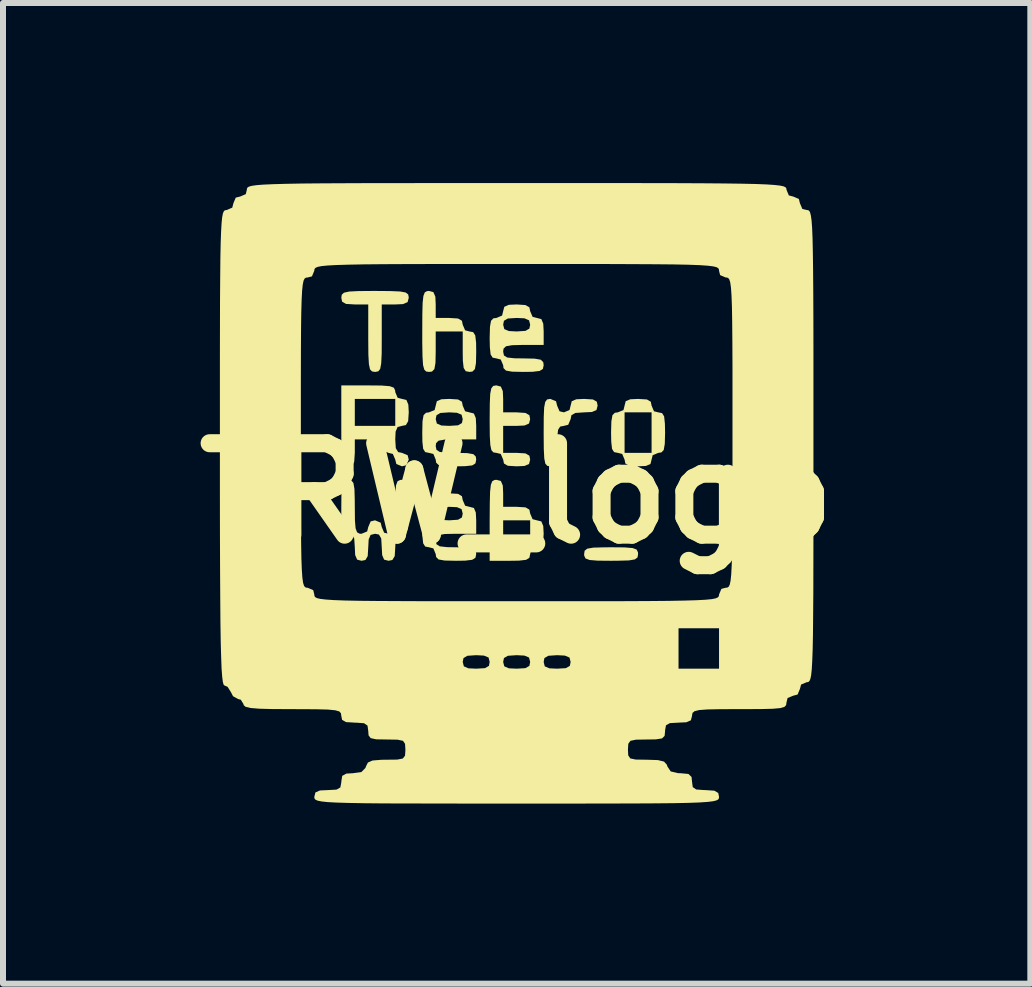
<source format=kicad_pcb>
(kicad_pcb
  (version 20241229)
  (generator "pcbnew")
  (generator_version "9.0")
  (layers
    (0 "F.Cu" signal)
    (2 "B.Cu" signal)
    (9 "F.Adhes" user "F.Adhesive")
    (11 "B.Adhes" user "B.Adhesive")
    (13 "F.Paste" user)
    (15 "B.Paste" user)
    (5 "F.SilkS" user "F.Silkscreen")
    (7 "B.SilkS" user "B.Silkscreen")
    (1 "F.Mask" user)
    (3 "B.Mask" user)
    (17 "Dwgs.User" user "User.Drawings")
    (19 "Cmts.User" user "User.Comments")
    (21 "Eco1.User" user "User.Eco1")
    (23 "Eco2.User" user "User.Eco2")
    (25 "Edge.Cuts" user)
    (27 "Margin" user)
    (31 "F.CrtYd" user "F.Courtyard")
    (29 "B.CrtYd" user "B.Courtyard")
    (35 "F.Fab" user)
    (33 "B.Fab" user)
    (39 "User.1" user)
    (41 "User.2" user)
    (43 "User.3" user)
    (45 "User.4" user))
  (footprint "TRW_logo"
    (layer "F.Cu")
    (at 5.559 5.17)
    (property "Reference" "TRW_logo" (at 0 0 0) (layer "F.SilkS") (effects (font (size 1.524 1.524) (thickness 0.3))))
    (attr board_only exclude_from_pos_files exclude_from_bom)
    (fp_poly (pts (xy 1.797 0.901) (xy 1.932 0.912) (xy 1.999 0.937) (xy 2.021 0.982) (xy 2.023 1.012) (xy 2.014 1.068) (xy 1.97 1.101) (xy 1.871 1.118) (xy 1.692 1.123) (xy 1.573 1.124) (xy 1.349 1.122) (xy 1.215 1.111) (xy 1.148 1.086) (xy 1.126 1.041) (xy 1.124 1.012) (xy 1.133 0.956) (xy 1.177 0.922) (xy 1.276 0.905) (xy 1.455 0.9) (xy 1.573 0.899)) (stroke (width 0) (type solid)) (fill yes) (layer "F.SilkS"))
    (fp_poly (pts (xy -2.104 -3.37) (xy -1.941 -3.363) (xy -1.849 -3.346) (xy -1.808 -3.314) (xy -1.798 -3.265) (xy -1.798 -3.259) (xy -1.817 -3.186) (xy -1.893 -3.153) (xy -2.023 -3.147) (xy -2.248 -3.147) (xy -2.248 -2.585) (xy -2.249 -2.329) (xy -2.257 -2.165) (xy -2.274 -2.073) (xy -2.305 -2.033) (xy -2.354 -2.023) (xy -2.36 -2.023) (xy -2.411 -2.031) (xy -2.444 -2.067) (xy -2.462 -2.153) (xy -2.471 -2.309) (xy -2.473 -2.555) (xy -2.473 -2.585) (xy -2.473 -3.147) (xy -2.697 -3.147) (xy -2.844 -3.156) (xy -2.909 -3.194) (xy -2.922 -3.259) (xy -2.914 -3.31) (xy -2.878 -3.343) (xy -2.792 -3.362) (xy -2.636 -3.37) (xy -2.39 -3.372) (xy -2.36 -3.372)) (stroke (width 0) (type solid)) (fill yes) (layer "F.SilkS"))
    (fp_poly (pts (xy -0.264 -1.779) (xy -0.231 -1.703) (xy -0.225 -1.573) (xy -0.225 -1.349) (xy 0 -1.349) (xy 0.147 -1.339) (xy 0.212 -1.301) (xy 0.225 -1.236) (xy 0.206 -1.163) (xy 0.13 -1.13) (xy 0 -1.124) (xy -0.225 -1.124) (xy -0.225 -0.674) (xy 0 -0.674) (xy 0.147 -0.665) (xy 0.212 -0.627) (xy 0.225 -0.562) (xy 0.206 -0.488) (xy 0.13 -0.456) (xy 0 -0.45) (xy -0.147 -0.459) (xy -0.212 -0.497) (xy -0.225 -0.562) (xy -0.265 -0.656) (xy -0.337 -0.674) (xy -0.388 -0.682) (xy -0.421 -0.719) (xy -0.439 -0.805) (xy -0.448 -0.96) (xy -0.45 -1.206) (xy -0.45 -1.236) (xy -0.448 -1.492) (xy -0.441 -1.656) (xy -0.423 -1.748) (xy -0.392 -1.789) (xy -0.343 -1.798) (xy -0.337 -1.798)) (stroke (width 0) (type solid)) (fill yes) (layer "F.SilkS"))
    (fp_poly (pts (xy -0.264 -0.206) (xy -0.231 -0.13) (xy -0.225 0) (xy -0.225 0.225) (xy 0 0.225) (xy 0.147 0.234) (xy 0.212 0.272) (xy 0.225 0.337) (xy 0.265 0.431) (xy 0.337 0.45) (xy 0.411 0.468) (xy 0.443 0.545) (xy 0.45 0.674) (xy 0.44 0.821) (xy 0.402 0.886) (xy 0.337 0.899) (xy 0.243 0.939) (xy 0.225 1.012) (xy 0.212 1.074) (xy 0.158 1.108) (xy 0.037 1.122) (xy -0.112 1.124) (xy -0.45 1.124) (xy -0.45 0.899) (xy -0.225 0.899) (xy 0.225 0.899) (xy 0.225 0.45) (xy -0.225 0.45) (xy -0.225 0.899) (xy -0.45 0.899) (xy -0.45 0.45) (xy -0.448 0.165) (xy -0.443 -0.026) (xy -0.43 -0.142) (xy -0.407 -0.201) (xy -0.37 -0.222) (xy -0.337 -0.225)) (stroke (width 0) (type solid)) (fill yes) (layer "F.SilkS"))
    (fp_poly (pts (xy 1.271 -1.564) (xy 1.336 -1.526) (xy 1.349 -1.461) (xy 1.33 -1.388) (xy 1.254 -1.355) (xy 1.124 -1.349) (xy 0.977 -1.339) (xy 0.912 -1.301) (xy 0.899 -1.236) (xy 0.859 -1.142) (xy 0.787 -1.124) (xy 0.724 -1.112) (xy 0.69 -1.058) (xy 0.676 -0.936) (xy 0.674 -0.787) (xy 0.67 -0.598) (xy 0.652 -0.497) (xy 0.612 -0.456) (xy 0.562 -0.45) (xy 0.511 -0.457) (xy 0.478 -0.494) (xy 0.46 -0.58) (xy 0.452 -0.736) (xy 0.45 -0.981) (xy 0.45 -1.012) (xy 0.451 -1.267) (xy 0.458 -1.431) (xy 0.476 -1.523) (xy 0.507 -1.564) (xy 0.556 -1.573) (xy 0.562 -1.573) (xy 0.656 -1.534) (xy 0.674 -1.461) (xy 0.714 -1.367) (xy 0.787 -1.349) (xy 0.881 -1.388) (xy 0.899 -1.461) (xy 0.918 -1.535) (xy 0.994 -1.567) (xy 1.124 -1.573)) (stroke (width 0) (type solid)) (fill yes) (layer "F.SilkS"))
    (fp_poly (pts (xy -1.388 -3.353) (xy -1.355 -3.277) (xy -1.349 -3.147) (xy -1.349 -2.922) (xy -1.124 -2.922) (xy -0.977 -2.913) (xy -0.912 -2.875) (xy -0.899 -2.81) (xy -0.859 -2.716) (xy -0.787 -2.697) (xy -0.724 -2.685) (xy -0.69 -2.631) (xy -0.676 -2.51) (xy -0.674 -2.36) (xy -0.678 -2.172) (xy -0.696 -2.07) (xy -0.737 -2.029) (xy -0.787 -2.023) (xy -0.849 -2.035) (xy -0.883 -2.089) (xy -0.897 -2.211) (xy -0.899 -2.36) (xy -0.899 -2.697) (xy -1.349 -2.697) (xy -1.349 -2.36) (xy -1.353 -2.172) (xy -1.371 -2.07) (xy -1.411 -2.029) (xy -1.461 -2.023) (xy -1.509 -2.03) (xy -1.54 -2.062) (xy -1.56 -2.138) (xy -1.569 -2.278) (xy -1.573 -2.499) (xy -1.573 -2.697) (xy -1.572 -2.982) (xy -1.567 -3.173) (xy -1.554 -3.289) (xy -1.531 -3.348) (xy -1.494 -3.369) (xy -1.461 -3.372)) (stroke (width 0) (type solid)) (fill yes) (layer "F.SilkS"))
    (fp_poly (pts (xy 2.17 -1.564) (xy 2.235 -1.526) (xy 2.248 -1.461) (xy 2.288 -1.367) (xy 2.36 -1.349) (xy 2.423 -1.336) (xy 2.457 -1.282) (xy 2.47 -1.161) (xy 2.473 -1.012) (xy 2.468 -0.823) (xy 2.45 -0.721) (xy 2.41 -0.681) (xy 2.36 -0.674) (xy 2.266 -0.635) (xy 2.248 -0.562) (xy 2.229 -0.488) (xy 2.153 -0.456) (xy 2.023 -0.45) (xy 1.876 -0.459) (xy 1.811 -0.497) (xy 1.798 -0.562) (xy 1.758 -0.656) (xy 1.686 -0.674) (xy 1.798 -0.674) (xy 2.248 -0.674) (xy 2.248 -1.349) (xy 1.798 -1.349) (xy 1.798 -0.674) (xy 1.686 -0.674) (xy 1.623 -0.687) (xy 1.589 -0.741) (xy 1.576 -0.862) (xy 1.573 -1.012) (xy 1.578 -1.2) (xy 1.596 -1.302) (xy 1.636 -1.342) (xy 1.686 -1.349) (xy 1.78 -1.388) (xy 1.798 -1.461) (xy 1.817 -1.535) (xy 1.893 -1.567) (xy 2.023 -1.573)) (stroke (width 0) (type solid)) (fill yes) (layer "F.SilkS"))
    (fp_poly (pts (xy -2.249 -1.796) (xy -2.114 -1.785) (xy -2.047 -1.76) (xy -2.025 -1.715) (xy -2.023 -1.686) (xy -1.983 -1.592) (xy -1.911 -1.573) (xy -1.837 -1.555) (xy -1.805 -1.478) (xy -1.798 -1.349) (xy -1.808 -1.202) (xy -1.846 -1.137) (xy -1.911 -1.124) (xy -1.984 -1.105) (xy -2.017 -1.029) (xy -2.023 -0.899) (xy -2.014 -0.752) (xy -1.975 -0.687) (xy -1.911 -0.674) (xy -1.817 -0.635) (xy -1.798 -0.562) (xy -1.838 -0.468) (xy -1.911 -0.45) (xy -2.005 -0.489) (xy -2.023 -0.562) (xy -2.063 -0.656) (xy -2.135 -0.674) (xy -2.229 -0.714) (xy -2.248 -0.787) (xy -2.267 -0.86) (xy -2.343 -0.893) (xy -2.473 -0.899) (xy -2.697 -0.899) (xy -2.697 -0.674) (xy -2.707 -0.527) (xy -2.745 -0.462) (xy -2.81 -0.45) (xy -2.857 -0.456) (xy -2.889 -0.488) (xy -2.908 -0.565) (xy -2.918 -0.704) (xy -2.922 -0.925) (xy -2.922 -1.124) (xy -2.697 -1.124) (xy -2.023 -1.124) (xy -2.023 -1.573) (xy -2.697 -1.573) (xy -2.697 -1.124) (xy -2.922 -1.124) (xy -2.922 -1.798) (xy -2.473 -1.798)) (stroke (width 0) (type solid)) (fill yes) (layer "F.SilkS"))
    (fp_poly (pts (xy -0.977 -1.564) (xy -0.912 -1.526) (xy -0.899 -1.461) (xy -0.859 -1.367) (xy -0.787 -1.349) (xy -0.713 -1.33) (xy -0.681 -1.254) (xy -0.674 -1.124) (xy -0.674 -0.899) (xy -1.012 -0.899) (xy -1.2 -0.895) (xy -1.302 -0.877) (xy -1.342 -0.837) (xy -1.349 -0.787) (xy -1.336 -0.724) (xy -1.282 -0.69) (xy -1.161 -0.676) (xy -1.012 -0.674) (xy -0.823 -0.67) (xy -0.721 -0.652) (xy -0.681 -0.612) (xy -0.674 -0.562) (xy -0.687 -0.499) (xy -0.741 -0.465) (xy -0.862 -0.452) (xy -1.012 -0.45) (xy -1.2 -0.454) (xy -1.302 -0.472) (xy -1.342 -0.512) (xy -1.349 -0.562) (xy -1.388 -0.656) (xy -1.461 -0.674) (xy -1.524 -0.687) (xy -1.558 -0.741) (xy -1.571 -0.862) (xy -1.573 -1.012) (xy -1.569 -1.2) (xy -1.563 -1.236) (xy -1.349 -1.236) (xy -1.33 -1.163) (xy -1.254 -1.13) (xy -1.124 -1.124) (xy -0.977 -1.133) (xy -0.912 -1.171) (xy -0.899 -1.236) (xy -0.918 -1.31) (xy -0.994 -1.342) (xy -1.124 -1.349) (xy -1.271 -1.339) (xy -1.336 -1.301) (xy -1.349 -1.236) (xy -1.563 -1.236) (xy -1.551 -1.302) (xy -1.511 -1.342) (xy -1.461 -1.349) (xy -1.367 -1.388) (xy -1.349 -1.461) (xy -1.33 -1.535) (xy -1.254 -1.567) (xy -1.124 -1.573)) (stroke (width 0) (type solid)) (fill yes) (layer "F.SilkS"))
    (fp_poly (pts (xy -0.977 0.009) (xy -0.912 0.048) (xy -0.899 0.112) (xy -0.859 0.206) (xy -0.787 0.225) (xy -0.713 0.244) (xy -0.681 0.32) (xy -0.674 0.45) (xy -0.674 0.674) (xy -1.012 0.674) (xy -1.2 0.678) (xy -1.302 0.696) (xy -1.342 0.737) (xy -1.349 0.787) (xy -1.336 0.849) (xy -1.282 0.883) (xy -1.161 0.897) (xy -1.012 0.899) (xy -0.823 0.903) (xy -0.721 0.921) (xy -0.681 0.962) (xy -0.674 1.012) (xy -0.687 1.074) (xy -0.741 1.108) (xy -0.862 1.122) (xy -1.012 1.124) (xy -1.2 1.12) (xy -1.302 1.102) (xy -1.342 1.061) (xy -1.349 1.012) (xy -1.388 0.918) (xy -1.461 0.899) (xy -1.524 0.887) (xy -1.558 0.833) (xy -1.571 0.711) (xy -1.573 0.562) (xy -1.569 0.374) (xy -1.563 0.337) (xy -1.349 0.337) (xy -1.33 0.411) (xy -1.254 0.443) (xy -1.124 0.45) (xy -0.977 0.44) (xy -0.912 0.402) (xy -0.899 0.337) (xy -0.918 0.264) (xy -0.994 0.231) (xy -1.124 0.225) (xy -1.271 0.234) (xy -1.336 0.272) (xy -1.349 0.337) (xy -1.563 0.337) (xy -1.551 0.272) (xy -1.511 0.231) (xy -1.461 0.225) (xy -1.367 0.185) (xy -1.349 0.112) (xy -1.33 0.039) (xy -1.254 0.006) (xy -1.124 0)) (stroke (width 0) (type solid)) (fill yes) (layer "F.SilkS"))
    (fp_poly (pts (xy 0.147 -3.137) (xy 0.212 -3.099) (xy 0.225 -3.035) (xy 0.265 -2.941) (xy 0.337 -2.922) (xy 0.411 -2.903) (xy 0.443 -2.827) (xy 0.45 -2.697) (xy 0.45 -2.473) (xy 0.112 -2.473) (xy -0.076 -2.468) (xy -0.178 -2.45) (xy -0.219 -2.41) (xy -0.225 -2.36) (xy -0.212 -2.297) (xy -0.158 -2.263) (xy -0.037 -2.25) (xy 0.112 -2.248) (xy 0.301 -2.244) (xy 0.402 -2.226) (xy 0.443 -2.185) (xy 0.45 -2.135) (xy 0.437 -2.073) (xy 0.383 -2.039) (xy 0.262 -2.025) (xy 0.112 -2.023) (xy -0.076 -2.027) (xy -0.178 -2.045) (xy -0.219 -2.086) (xy -0.225 -2.135) (xy -0.265 -2.229) (xy -0.337 -2.248) (xy -0.4 -2.26) (xy -0.434 -2.314) (xy -0.447 -2.436) (xy -0.45 -2.585) (xy -0.445 -2.773) (xy -0.439 -2.81) (xy -0.225 -2.81) (xy -0.206 -2.736) (xy -0.13 -2.704) (xy 0 -2.697) (xy 0.147 -2.707) (xy 0.212 -2.745) (xy 0.225 -2.81) (xy 0.206 -2.883) (xy 0.13 -2.916) (xy 0 -2.922) (xy -0.147 -2.913) (xy -0.212 -2.875) (xy -0.225 -2.81) (xy -0.439 -2.81) (xy -0.427 -2.875) (xy -0.387 -2.916) (xy -0.337 -2.922) (xy -0.243 -2.962) (xy -0.225 -3.035) (xy -0.206 -3.108) (xy -0.13 -3.141) (xy 0 -3.147)) (stroke (width 0) (type solid)) (fill yes) (layer "F.SilkS"))
    (fp_poly (pts (xy -1.855 -0.215) (xy -1.821 -0.172) (xy -1.804 -0.072) (xy -1.799 0.106) (xy -1.798 0.225) (xy -1.801 0.449) (xy -1.811 0.583) (xy -1.836 0.65) (xy -1.881 0.673) (xy -1.911 0.674) (xy -1.984 0.693) (xy -2.017 0.769) (xy -2.023 0.899) (xy -2.032 1.046) (xy -2.071 1.111) (xy -2.135 1.124) (xy -2.209 1.105) (xy -2.241 1.029) (xy -2.248 0.899) (xy -2.257 0.752) (xy -2.295 0.687) (xy -2.36 0.674) (xy -2.434 0.693) (xy -2.466 0.769) (xy -2.473 0.899) (xy -2.482 1.046) (xy -2.52 1.111) (xy -2.585 1.124) (xy -2.658 1.105) (xy -2.691 1.029) (xy -2.697 0.899) (xy -2.707 0.752) (xy -2.745 0.687) (xy -2.81 0.674) (xy -2.866 0.665) (xy -2.899 0.622) (xy -2.916 0.522) (xy -2.922 0.343) (xy -2.922 0.225) (xy -2.92 0.001) (xy -2.909 -0.133) (xy -2.884 -0.201) (xy -2.839 -0.223) (xy -2.81 -0.225) (xy -2.754 -0.215) (xy -2.72 -0.172) (xy -2.703 -0.072) (xy -2.698 0.106) (xy -2.697 0.225) (xy -2.695 0.449) (xy -2.684 0.583) (xy -2.659 0.65) (xy -2.615 0.673) (xy -2.585 0.674) (xy -2.491 0.635) (xy -2.473 0.562) (xy -2.433 0.468) (xy -2.36 0.45) (xy -2.266 0.489) (xy -2.248 0.562) (xy -2.208 0.656) (xy -2.135 0.674) (xy -2.079 0.665) (xy -2.046 0.622) (xy -2.029 0.522) (xy -2.023 0.343) (xy -2.023 0.225) (xy -2.021 0.001) (xy -2.01 -0.133) (xy -1.985 -0.201) (xy -1.94 -0.223) (xy -1.911 -0.225)) (stroke (width 0) (type solid)) (fill yes) (layer "F.SilkS"))
    (fp_poly (pts (xy 0.816 -5.17) (xy 1.526 -5.17) (xy 2.139 -5.169) (xy 2.661 -5.168) (xy 3.099 -5.166) (xy 3.462 -5.163) (xy 3.755 -5.159) (xy 3.987 -5.154) (xy 4.165 -5.147) (xy 4.295 -5.138) (xy 4.386 -5.128) (xy 4.444 -5.116) (xy 4.477 -5.101) (xy 4.492 -5.085) (xy 4.495 -5.065) (xy 4.496 -5.058) (xy 4.535 -4.964) (xy 4.608 -4.945) (xy 4.702 -4.905) (xy 4.72 -4.833) (xy 4.76 -4.739) (xy 4.833 -4.72) (xy 4.854 -4.719) (xy 4.873 -4.708) (xy 4.889 -4.681) (xy 4.902 -4.629) (xy 4.914 -4.545) (xy 4.923 -4.422) (xy 4.93 -4.25) (xy 4.935 -4.024) (xy 4.939 -3.734) (xy 4.942 -3.373) (xy 4.944 -2.934) (xy 4.945 -2.408) (xy 4.945 -1.789) (xy 4.945 -1.067) (xy 4.945 -0.787) (xy 4.945 -0.027) (xy 4.945 0.628) (xy 4.944 1.186) (xy 4.943 1.654) (xy 4.94 2.042) (xy 4.937 2.356) (xy 4.932 2.604) (xy 4.925 2.794) (xy 4.917 2.933) (xy 4.907 3.03) (xy 4.894 3.092) (xy 4.879 3.127) (xy 4.861 3.143) (xy 4.841 3.147) (xy 4.833 3.147) (xy 4.739 3.187) (xy 4.72 3.259) (xy 4.681 3.353) (xy 4.608 3.372) (xy 4.514 3.411) (xy 4.496 3.484) (xy 4.49 3.529) (xy 4.461 3.559) (xy 4.391 3.579) (xy 4.264 3.59) (xy 4.062 3.595) (xy 3.767 3.596) (xy 3.709 3.596) (xy 3.398 3.597) (xy 3.181 3.601) (xy 3.043 3.611) (xy 2.965 3.63) (xy 2.931 3.658) (xy 2.922 3.7) (xy 2.922 3.709) (xy 2.903 3.782) (xy 2.827 3.815) (xy 2.697 3.821) (xy 2.553 3.829) (xy 2.488 3.865) (xy 2.473 3.949) (xy 2.473 3.962) (xy 2.465 4.042) (xy 2.422 4.084) (xy 2.318 4.1) (xy 2.163 4.102) (xy 1.987 4.105) (xy 1.895 4.124) (xy 1.86 4.173) (xy 1.854 4.268) (xy 1.854 4.271) (xy 1.859 4.367) (xy 1.893 4.417) (xy 1.982 4.436) (xy 2.154 4.439) (xy 2.169 4.439) (xy 2.353 4.445) (xy 2.455 4.47) (xy 2.502 4.521) (xy 2.512 4.552) (xy 2.567 4.634) (xy 2.692 4.663) (xy 2.732 4.664) (xy 2.862 4.676) (xy 2.914 4.726) (xy 2.922 4.805) (xy 2.934 4.895) (xy 2.992 4.935) (xy 3.127 4.945) (xy 3.147 4.945) (xy 3.294 4.955) (xy 3.359 4.993) (xy 3.372 5.058) (xy 3.37 5.081) (xy 3.358 5.101) (xy 3.328 5.117) (xy 3.272 5.131) (xy 3.181 5.142) (xy 3.047 5.151) (xy 2.862 5.158) (xy 2.616 5.163) (xy 2.302 5.166) (xy 1.912 5.168) (xy 1.436 5.169) (xy 0.868 5.17) (xy 0.197 5.17) (xy 0 5.17) (xy -0.699 5.17) (xy -1.294 5.169) (xy -1.794 5.168) (xy -2.206 5.167) (xy -2.54 5.164) (xy -2.802 5.159) (xy -3.003 5.153) (xy -3.15 5.145) (xy -3.252 5.134) (xy -3.316 5.121) (xy -3.352 5.105) (xy -3.368 5.086) (xy -3.372 5.064) (xy -3.372 5.058) (xy -3.353 4.984) (xy -3.277 4.951) (xy -3.147 4.945) (xy -3.002 4.937) (xy -2.938 4.901) (xy -2.922 4.817) (xy -2.922 4.805) (xy -2.907 4.708) (xy -2.838 4.67) (xy -2.732 4.664) (xy -2.588 4.645) (xy -2.52 4.576) (xy -2.512 4.552) (xy -2.479 4.486) (xy -2.402 4.452) (xy -2.254 4.44) (xy -2.169 4.439) (xy -1.99 4.437) (xy -1.897 4.419) (xy -1.86 4.371) (xy -1.854 4.278) (xy -1.854 4.271) (xy -1.86 4.174) (xy -1.894 4.124) (xy -1.984 4.105) (xy -2.159 4.102) (xy -2.163 4.102) (xy -2.341 4.099) (xy -2.433 4.079) (xy -2.468 4.032) (xy -2.473 3.962) (xy -2.485 3.871) (xy -2.543 3.831) (xy -2.678 3.821) (xy -2.697 3.821) (xy -2.844 3.812) (xy -2.909 3.774) (xy -2.922 3.709) (xy -2.928 3.665) (xy -2.956 3.634) (xy -3.024 3.615) (xy -3.149 3.603) (xy -3.347 3.598) (xy -3.636 3.597) (xy -3.737 3.596) (xy -4.061 3.595) (xy -4.288 3.589) (xy -4.434 3.577) (xy -4.516 3.558) (xy -4.549 3.529) (xy -4.552 3.512) (xy -4.597 3.439) (xy -4.641 3.428) (xy -4.726 3.381) (xy -4.76 3.315) (xy -4.817 3.224) (xy -4.867 3.203) (xy -4.883 3.189) (xy -4.896 3.142) (xy -4.907 3.054) (xy -4.917 2.919) (xy -4.921 2.81) (xy -0.899 2.81) (xy -0.88 2.883) (xy -0.804 2.916) (xy -0.674 2.922) (xy -0.527 2.913) (xy -0.462 2.875) (xy -0.45 2.81) (xy -0.225 2.81) (xy -0.206 2.883) (xy -0.13 2.916) (xy 0 2.922) (xy 0.147 2.913) (xy 0.212 2.875) (xy 0.225 2.81) (xy 0.45 2.81) (xy 0.468 2.883) (xy 0.545 2.916) (xy 0.674 2.922) (xy 2.697 2.922) (xy 3.372 2.922) (xy 3.372 2.248) (xy 2.697 2.248) (xy 2.697 2.922) (xy 0.674 2.922) (xy 0.821 2.913) (xy 0.886 2.875) (xy 0.899 2.81) (xy 0.88 2.736) (xy 0.804 2.704) (xy 0.674 2.697) (xy 0.527 2.707) (xy 0.462 2.745) (xy 0.45 2.81) (xy 0.225 2.81) (xy 0.206 2.736) (xy 0.13 2.704) (xy 0 2.697) (xy -0.147 2.707) (xy -0.212 2.745) (xy -0.225 2.81) (xy -0.45 2.81) (xy -0.468 2.736) (xy -0.545 2.704) (xy -0.674 2.697) (xy -0.821 2.707) (xy -0.886 2.745) (xy -0.899 2.81) (xy -4.921 2.81) (xy -4.924 2.729) (xy -4.931 2.477) (xy -4.936 2.156) (xy -4.939 1.759) (xy -4.942 1.278) (xy -4.944 0.707) (xy -4.945 0.038) (xy -4.945 -0.736) (xy -4.945 -0.759) (xy -4.945 -1.012) (xy -3.596 -1.012) (xy -3.596 -0.406) (xy -3.596 0.097) (xy -3.594 0.506) (xy -3.591 0.832) (xy -3.587 1.084) (xy -3.58 1.271) (xy -3.571 1.403) (xy -3.559 1.49) (xy -3.543 1.541) (xy -3.524 1.565) (xy -3.5 1.573) (xy -3.484 1.573) (xy -3.39 1.613) (xy -3.372 1.686) (xy -3.37 1.709) (xy -3.358 1.729) (xy -3.328 1.746) (xy -3.272 1.759) (xy -3.181 1.77) (xy -3.047 1.779) (xy -2.862 1.786) (xy -2.616 1.791) (xy -2.302 1.794) (xy -1.912 1.796) (xy -1.436 1.798) (xy -0.868 1.798) (xy -0.197 1.798) (xy 0 1.798) (xy 0.699 1.798) (xy 1.294 1.798) (xy 1.794 1.797) (xy 2.206 1.795) (xy 2.54 1.792) (xy 2.802 1.787) (xy 3.003 1.781) (xy 3.15 1.773) (xy 3.252 1.763) (xy 3.316 1.75) (xy 3.352 1.734) (xy 3.368 1.715) (xy 3.372 1.692) (xy 3.372 1.686) (xy 3.411 1.592) (xy 3.484 1.573) (xy 3.51 1.571) (xy 3.532 1.557) (xy 3.55 1.523) (xy 3.564 1.458) (xy 3.575 1.353) (xy 3.583 1.199) (xy 3.589 0.986) (xy 3.593 0.704) (xy 3.595 0.343) (xy 3.596 -0.104) (xy 3.596 -0.65) (xy 3.596 -1.012) (xy 3.596 -1.617) (xy 3.596 -2.12) (xy 3.594 -2.529) (xy 3.591 -2.855) (xy 3.587 -3.107) (xy 3.58 -3.294) (xy 3.571 -3.426) (xy 3.559 -3.513) (xy 3.543 -3.564) (xy 3.524 -3.588) (xy 3.5 -3.596) (xy 3.484 -3.596) (xy 3.39 -3.636) (xy 3.372 -3.709) (xy 3.37 -3.732) (xy 3.358 -3.752) (xy 3.328 -3.769) (xy 3.272 -3.782) (xy 3.181 -3.793) (xy 3.047 -3.802) (xy 2.862 -3.809) (xy 2.616 -3.814) (xy 2.302 -3.817) (xy 1.912 -3.819) (xy 1.436 -3.821) (xy 0.868 -3.821) (xy 0.197 -3.821) (xy 0 -3.821) (xy -0.699 -3.821) (xy -1.294 -3.821) (xy -1.794 -3.82) (xy -2.206 -3.818) (xy -2.54 -3.815) (xy -2.802 -3.81) (xy -3.003 -3.804) (xy -3.15 -3.796) (xy -3.252 -3.786) (xy -3.316 -3.773) (xy -3.352 -3.757) (xy -3.368 -3.738) (xy -3.372 -3.715) (xy -3.372 -3.709) (xy -3.411 -3.615) (xy -3.484 -3.596) (xy -3.51 -3.594) (xy -3.532 -3.58) (xy -3.55 -3.546) (xy -3.564 -3.481) (xy -3.575 -3.376) (xy -3.583 -3.222) (xy -3.589 -3.009) (xy -3.593 -2.727) (xy -3.595 -2.366) (xy -3.596 -1.919) (xy -3.596 -1.373) (xy -3.596 -1.012) (xy -4.945 -1.012) (xy -4.945 -1.521) (xy -4.945 -2.179) (xy -4.944 -2.739) (xy -4.943 -3.211) (xy -4.94 -3.601) (xy -4.937 -3.917) (xy -4.932 -4.168) (xy -4.925 -4.36) (xy -4.917 -4.501) (xy -4.907 -4.6) (xy -4.895 -4.663) (xy -4.88 -4.699) (xy -4.862 -4.716) (xy -4.842 -4.72) (xy -4.833 -4.72) (xy -4.739 -4.76) (xy -4.72 -4.833) (xy -4.681 -4.927) (xy -4.608 -4.945) (xy -4.514 -4.985) (xy -4.496 -5.058) (xy -4.494 -5.078) (xy -4.484 -5.096) (xy -4.459 -5.111) (xy -4.411 -5.124) (xy -4.333 -5.135) (xy -4.217 -5.144) (xy -4.058 -5.151) (xy -3.846 -5.157) (xy -3.576 -5.162) (xy -3.239 -5.165) (xy -2.829 -5.167) (xy -2.338 -5.169) (xy -1.759 -5.169) (xy -1.085 -5.17) (xy -0.308 -5.17) (xy 0 -5.17)) (stroke (width 0) (type solid)) (fill yes) (layer "F.SilkS")))
  (gr_rect
    (start -3 -3)
    (end 14.118 13.34)
    (stroke (width 0.1) (type default))
    (fill no)
    (layer "Edge.Cuts")))
</source>
